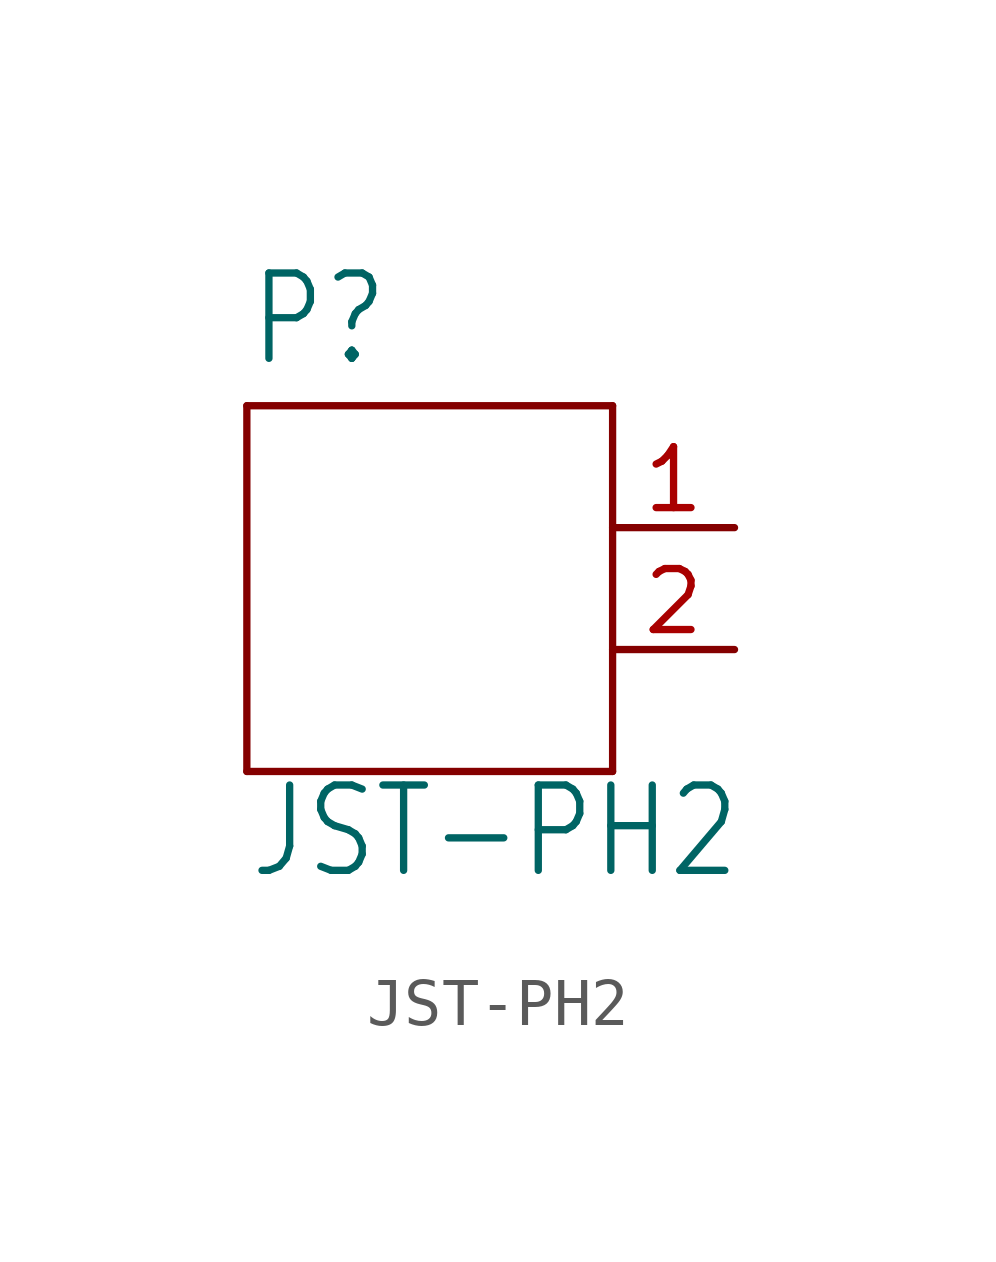
<source format=kicad_sym>
(kicad_symbol_lib
  (version 20211014)
  (generator kicad_symbol_editor)
  (symbol "JST-PH2"
    (property "Reference" "P"
      (at -2.54 3.302 0)
      (effects (font (size 1.778 1.511)) (justify left bottom)))
    (property "Value" "JST-PH2"
      (at -2.54 -7.366 0)
      (effects (font (size 1.778 1.511)) (justify left bottom)))
    (property "ki_locked" ""
      (at 0 0 0)
      (effects (font (size 1.27 1.27))))
    (symbol "JST-PH2_1_0"
      (polyline (pts (xy -2.54 -5.08) (xy 5.08 -5.08)) (stroke (width 0.152) (type default) (color 0 0 0 0)) (fill (type none)))
      (polyline (pts (xy -2.54 2.54) (xy -2.54 -5.08)) (stroke (width 0.152) (type default) (color 0 0 0 0)) (fill (type none)))
      (polyline (pts (xy 5.08 -5.08) (xy 5.08 2.54)) (stroke (width 0.152) (type default) (color 0 0 0 0)) (fill (type none)))
      (polyline (pts (xy 5.08 2.54) (xy -2.54 2.54)) (stroke (width 0.152) (type default) (color 0 0 0 0)) (fill (type none)))
      (pin passive line (at 7.62 0 180) (length 2.54) (name "1" (effects (font (size 0 0)))) (number "1" (effects (font (size 1.27 1.27)))))
      (pin passive line (at 7.62 -2.54 180) (length 2.54) (name "2" (effects (font (size 0 0)))) (number "2" (effects (font (size 1.27 1.27))))))))
</source>
